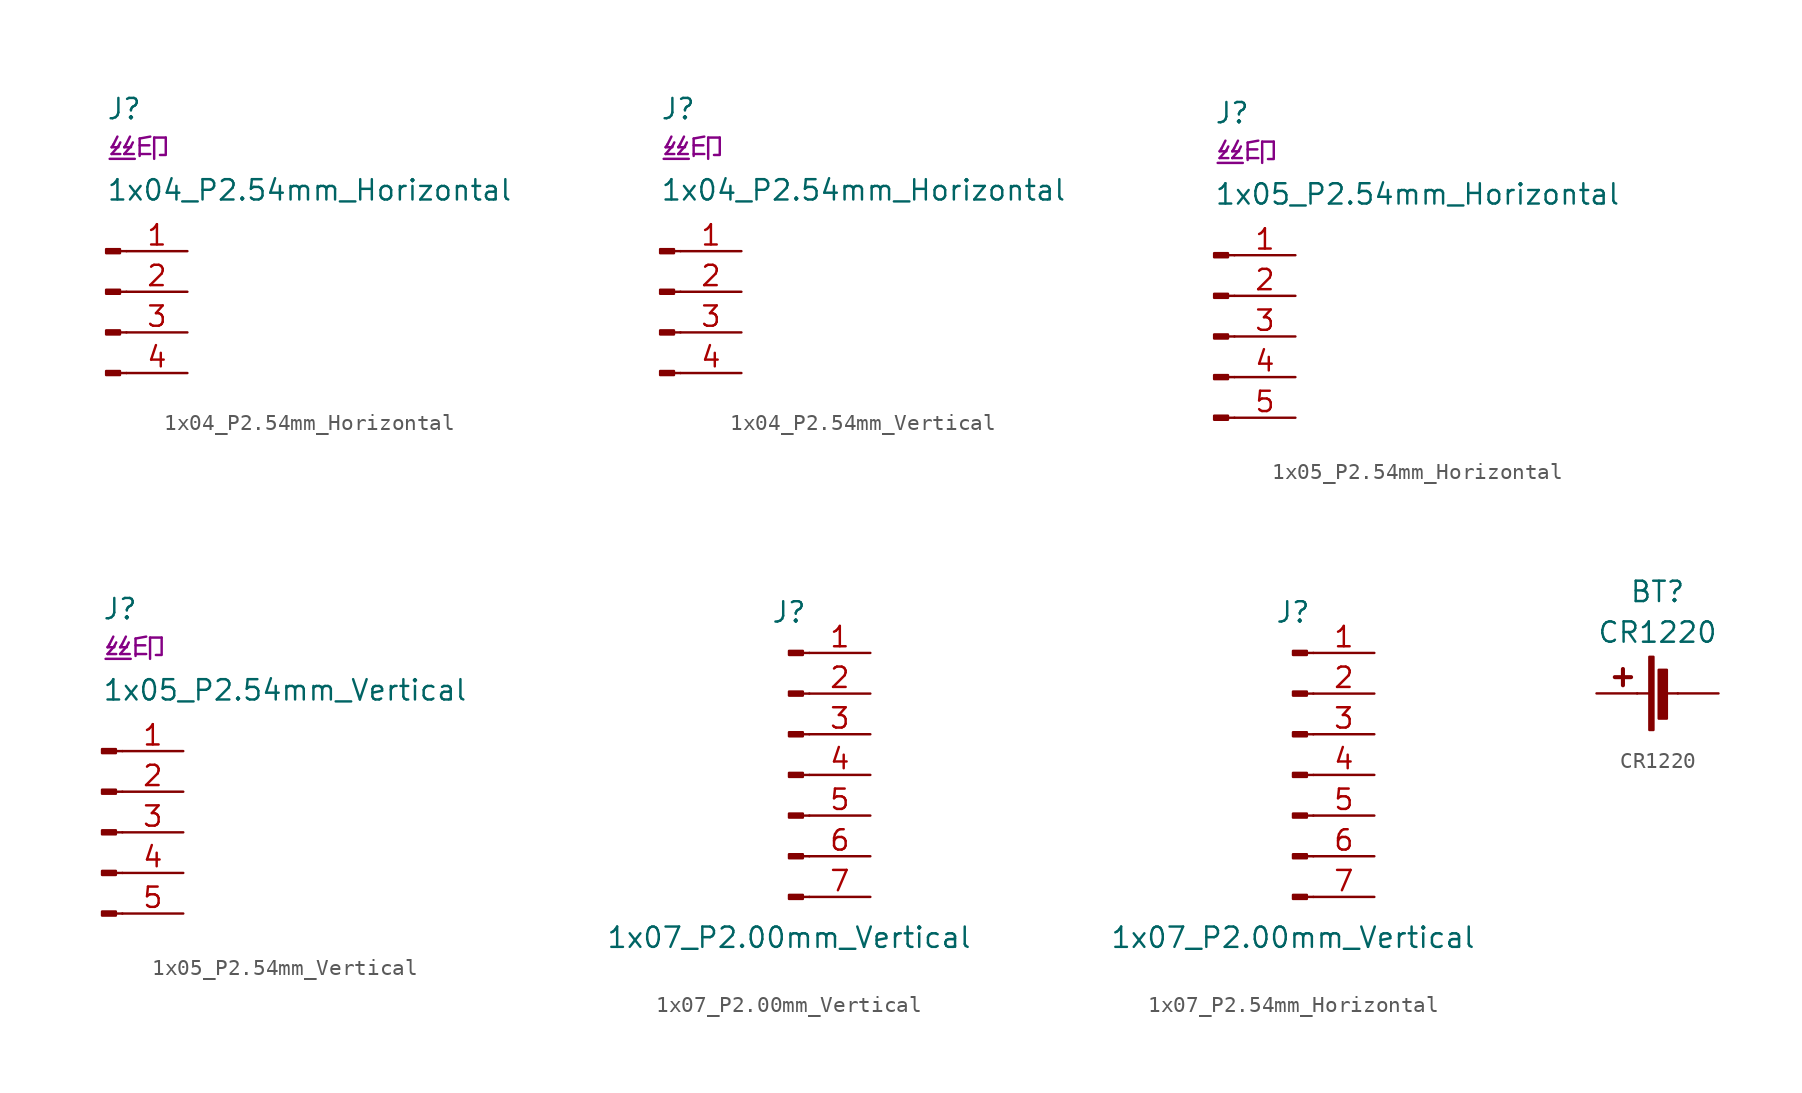
<source format=kicad_sym>
(kicad_symbol_lib
  (version 20220914)
  (generator kicad_symbol_editor)
  (symbol "1x04_P2.54mm_Horizontal"
    (pin_names
      (offset 1.016) hide)
    (property "Reference" "J"
      (at 0 11.43 0)
      (do_not_autoplace)
      (effects (font (size 1.27 1.27)) (justify left)))
    (property "Value" "1x04_P2.54mm_Horizontal"
      (at 0 6.35 0)
      (do_not_autoplace)
      (effects (font (size 1.27 1.27)) (justify left)))
    (property "丝印" "丝印"
      (at 0 8.89 0)
      (do_not_autoplace)
      (effects (font (size 1.27 1.27)) (justify left)))
    (symbol "1x04_P2.54mm_Horizontal_1_1"
      (polyline (pts (xy 1.27 -5.08) (xy 0.864 -5.08)) (stroke (width 0.152) (type default)) (fill (type none)))
      (polyline (pts (xy 1.27 -2.54) (xy 0.864 -2.54)) (stroke (width 0.152) (type default)) (fill (type none)))
      (polyline (pts (xy 1.27 0) (xy 0.864 0)) (stroke (width 0.152) (type default)) (fill (type none)))
      (polyline (pts (xy 1.27 2.54) (xy 0.864 2.54)) (stroke (width 0.152) (type default)) (fill (type none)))
      (rectangle (start 0.864 -4.953) (end 0 -5.207) (stroke (width 0.152) (type default)) (fill (type outline)))
      (rectangle (start 0.864 -2.413) (end 0 -2.667) (stroke (width 0.152) (type default)) (fill (type outline)))
      (rectangle (start 0.864 0.127) (end 0 -0.127) (stroke (width 0.152) (type default)) (fill (type outline)))
      (rectangle (start 0.864 2.667) (end 0 2.413) (stroke (width 0.152) (type default)) (fill (type outline)))
      (pin passive line (at 5.08 2.54 180) (length 3.81) (name "Pin_1" (effects (font (size 1.27 1.27)))) (number "1" (effects (font (size 1.27 1.27)))))
      (pin passive line (at 5.08 0 180) (length 3.81) (name "Pin_2" (effects (font (size 1.27 1.27)))) (number "2" (effects (font (size 1.27 1.27)))))
      (pin passive line (at 5.08 -2.54 180) (length 3.81) (name "Pin_3" (effects (font (size 1.27 1.27)))) (number "3" (effects (font (size 1.27 1.27)))))
      (pin passive line (at 5.08 -5.08 180) (length 3.81) (name "Pin_4" (effects (font (size 1.27 1.27)))) (number "4" (effects (font (size 1.27 1.27)))))))
  (symbol "1x04_P2.54mm_Vertical"
    (pin_names
      (offset 1.016) hide)
    (property "Reference" "J"
      (at 0 11.43 0)
      (do_not_autoplace)
      (effects (font (size 1.27 1.27)) (justify left)))
    (property "Value" "1x04_P2.54mm_Horizontal"
      (at 0 6.35 0)
      (do_not_autoplace)
      (effects (font (size 1.27 1.27)) (justify left)))
    (property "丝印" "丝印"
      (at 0 8.89 0)
      (do_not_autoplace)
      (effects (font (size 1.27 1.27)) (justify left)))
    (symbol "1x04_P2.54mm_Vertical_1_1"
      (polyline (pts (xy 1.27 -5.08) (xy 0.864 -5.08)) (stroke (width 0.152) (type default)) (fill (type none)))
      (polyline (pts (xy 1.27 -2.54) (xy 0.864 -2.54)) (stroke (width 0.152) (type default)) (fill (type none)))
      (polyline (pts (xy 1.27 0) (xy 0.864 0)) (stroke (width 0.152) (type default)) (fill (type none)))
      (polyline (pts (xy 1.27 2.54) (xy 0.864 2.54)) (stroke (width 0.152) (type default)) (fill (type none)))
      (rectangle (start 0.864 -4.953) (end 0 -5.207) (stroke (width 0.152) (type default)) (fill (type outline)))
      (rectangle (start 0.864 -2.413) (end 0 -2.667) (stroke (width 0.152) (type default)) (fill (type outline)))
      (rectangle (start 0.864 0.127) (end 0 -0.127) (stroke (width 0.152) (type default)) (fill (type outline)))
      (rectangle (start 0.864 2.667) (end 0 2.413) (stroke (width 0.152) (type default)) (fill (type outline)))
      (pin passive line (at 5.08 2.54 180) (length 3.81) (name "Pin_1" (effects (font (size 1.27 1.27)))) (number "1" (effects (font (size 1.27 1.27)))))
      (pin passive line (at 5.08 0 180) (length 3.81) (name "Pin_2" (effects (font (size 1.27 1.27)))) (number "2" (effects (font (size 1.27 1.27)))))
      (pin passive line (at 5.08 -2.54 180) (length 3.81) (name "Pin_3" (effects (font (size 1.27 1.27)))) (number "3" (effects (font (size 1.27 1.27)))))
      (pin passive line (at 5.08 -5.08 180) (length 3.81) (name "Pin_4" (effects (font (size 1.27 1.27)))) (number "4" (effects (font (size 1.27 1.27)))))))
  (symbol "1x05_P2.54mm_Horizontal"
    (pin_names
      (offset 1.016) hide)
    (property "Reference" "J"
      (at 0 13.97 0)
      (do_not_autoplace)
      (effects (font (size 1.27 1.27)) (justify left)))
    (property "Value" "1x05_P2.54mm_Horizontal"
      (at 0 8.89 0)
      (do_not_autoplace)
      (effects (font (size 1.27 1.27)) (justify left)))
    (property "丝印" "丝印"
      (at 0 11.43 0)
      (do_not_autoplace)
      (effects (font (size 1.27 1.27)) (justify left)))
    (symbol "1x05_P2.54mm_Horizontal_1_1"
      (polyline (pts (xy 1.27 -5.08) (xy 0.864 -5.08)) (stroke (width 0.152) (type default)) (fill (type none)))
      (polyline (pts (xy 1.27 -2.54) (xy 0.864 -2.54)) (stroke (width 0.152) (type default)) (fill (type none)))
      (polyline (pts (xy 1.27 0) (xy 0.864 0)) (stroke (width 0.152) (type default)) (fill (type none)))
      (polyline (pts (xy 1.27 2.54) (xy 0.864 2.54)) (stroke (width 0.152) (type default)) (fill (type none)))
      (polyline (pts (xy 1.27 5.08) (xy 0.864 5.08)) (stroke (width 0.152) (type default)) (fill (type none)))
      (rectangle (start 0.864 -4.953) (end 0 -5.207) (stroke (width 0.152) (type default)) (fill (type outline)))
      (rectangle (start 0.864 -2.413) (end 0 -2.667) (stroke (width 0.152) (type default)) (fill (type outline)))
      (rectangle (start 0.864 0.127) (end 0 -0.127) (stroke (width 0.152) (type default)) (fill (type outline)))
      (rectangle (start 0.864 2.667) (end 0 2.413) (stroke (width 0.152) (type default)) (fill (type outline)))
      (rectangle (start 0.864 5.207) (end 0 4.953) (stroke (width 0.152) (type default)) (fill (type outline)))
      (pin passive line (at 5.08 5.08 180) (length 3.81) (name "Pin_1" (effects (font (size 1.27 1.27)))) (number "1" (effects (font (size 1.27 1.27)))))
      (pin passive line (at 5.08 2.54 180) (length 3.81) (name "Pin_2" (effects (font (size 1.27 1.27)))) (number "2" (effects (font (size 1.27 1.27)))))
      (pin passive line (at 5.08 0 180) (length 3.81) (name "Pin_3" (effects (font (size 1.27 1.27)))) (number "3" (effects (font (size 1.27 1.27)))))
      (pin passive line (at 5.08 -2.54 180) (length 3.81) (name "Pin_4" (effects (font (size 1.27 1.27)))) (number "4" (effects (font (size 1.27 1.27)))))
      (pin passive line (at 5.08 -5.08 180) (length 3.81) (name "Pin_5" (effects (font (size 1.27 1.27)))) (number "5" (effects (font (size 1.27 1.27)))))))
  (symbol "1x05_P2.54mm_Vertical"
    (pin_names
      (offset 1.016) hide)
    (property "Reference" "J"
      (at 0 13.97 0)
      (do_not_autoplace)
      (effects (font (size 1.27 1.27)) (justify left)))
    (property "Value" "1x05_P2.54mm_Vertical"
      (at 0 8.89 0)
      (do_not_autoplace)
      (effects (font (size 1.27 1.27)) (justify left)))
    (property "丝印" "丝印"
      (at 0 11.43 0)
      (do_not_autoplace)
      (effects (font (size 1.27 1.27)) (justify left)))
    (symbol "1x05_P2.54mm_Vertical_1_1"
      (polyline (pts (xy 1.27 -5.08) (xy 0.864 -5.08)) (stroke (width 0.152) (type default)) (fill (type none)))
      (polyline (pts (xy 1.27 -2.54) (xy 0.864 -2.54)) (stroke (width 0.152) (type default)) (fill (type none)))
      (polyline (pts (xy 1.27 0) (xy 0.864 0)) (stroke (width 0.152) (type default)) (fill (type none)))
      (polyline (pts (xy 1.27 2.54) (xy 0.864 2.54)) (stroke (width 0.152) (type default)) (fill (type none)))
      (polyline (pts (xy 1.27 5.08) (xy 0.864 5.08)) (stroke (width 0.152) (type default)) (fill (type none)))
      (rectangle (start 0.864 -4.953) (end 0 -5.207) (stroke (width 0.152) (type default)) (fill (type outline)))
      (rectangle (start 0.864 -2.413) (end 0 -2.667) (stroke (width 0.152) (type default)) (fill (type outline)))
      (rectangle (start 0.864 0.127) (end 0 -0.127) (stroke (width 0.152) (type default)) (fill (type outline)))
      (rectangle (start 0.864 2.667) (end 0 2.413) (stroke (width 0.152) (type default)) (fill (type outline)))
      (rectangle (start 0.864 5.207) (end 0 4.953) (stroke (width 0.152) (type default)) (fill (type outline)))
      (pin passive line (at 5.08 5.08 180) (length 3.81) (name "Pin_1" (effects (font (size 1.27 1.27)))) (number "1" (effects (font (size 1.27 1.27)))))
      (pin passive line (at 5.08 2.54 180) (length 3.81) (name "Pin_2" (effects (font (size 1.27 1.27)))) (number "2" (effects (font (size 1.27 1.27)))))
      (pin passive line (at 5.08 0 180) (length 3.81) (name "Pin_3" (effects (font (size 1.27 1.27)))) (number "3" (effects (font (size 1.27 1.27)))))
      (pin passive line (at 5.08 -2.54 180) (length 3.81) (name "Pin_4" (effects (font (size 1.27 1.27)))) (number "4" (effects (font (size 1.27 1.27)))))
      (pin passive line (at 5.08 -5.08 180) (length 3.81) (name "Pin_5" (effects (font (size 1.27 1.27)))) (number "5" (effects (font (size 1.27 1.27)))))))
  (symbol "1x07_P2.00mm_Vertical"
    (pin_names
      (offset 1.016) hide)
    (property "Reference" "J"
      (at 0 10.16 0)
      (effects (font (size 1.27 1.27))))
    (property "Value" "1x07_P2.00mm_Vertical"
      (at 0 -10.16 0)
      (effects (font (size 1.27 1.27))))
    (symbol "1x07_P2.00mm_Vertical_1_1"
      (polyline (pts (xy 1.27 -7.62) (xy 0.864 -7.62)) (stroke (width 0.152) (type default)) (fill (type none)))
      (polyline (pts (xy 1.27 -5.08) (xy 0.864 -5.08)) (stroke (width 0.152) (type default)) (fill (type none)))
      (polyline (pts (xy 1.27 -2.54) (xy 0.864 -2.54)) (stroke (width 0.152) (type default)) (fill (type none)))
      (polyline (pts (xy 1.27 0) (xy 0.864 0)) (stroke (width 0.152) (type default)) (fill (type none)))
      (polyline (pts (xy 1.27 2.54) (xy 0.864 2.54)) (stroke (width 0.152) (type default)) (fill (type none)))
      (polyline (pts (xy 1.27 5.08) (xy 0.864 5.08)) (stroke (width 0.152) (type default)) (fill (type none)))
      (polyline (pts (xy 1.27 7.62) (xy 0.864 7.62)) (stroke (width 0.152) (type default)) (fill (type none)))
      (rectangle (start 0.864 -7.493) (end 0 -7.747) (stroke (width 0.152) (type default)) (fill (type outline)))
      (rectangle (start 0.864 -4.953) (end 0 -5.207) (stroke (width 0.152) (type default)) (fill (type outline)))
      (rectangle (start 0.864 -2.413) (end 0 -2.667) (stroke (width 0.152) (type default)) (fill (type outline)))
      (rectangle (start 0.864 0.127) (end 0 -0.127) (stroke (width 0.152) (type default)) (fill (type outline)))
      (rectangle (start 0.864 2.667) (end 0 2.413) (stroke (width 0.152) (type default)) (fill (type outline)))
      (rectangle (start 0.864 5.207) (end 0 4.953) (stroke (width 0.152) (type default)) (fill (type outline)))
      (rectangle (start 0.864 7.747) (end 0 7.493) (stroke (width 0.152) (type default)) (fill (type outline)))
      (pin passive line (at 5.08 7.62 180) (length 3.81) (name "Pin_1" (effects (font (size 1.27 1.27)))) (number "1" (effects (font (size 1.27 1.27)))))
      (pin passive line (at 5.08 5.08 180) (length 3.81) (name "Pin_2" (effects (font (size 1.27 1.27)))) (number "2" (effects (font (size 1.27 1.27)))))
      (pin passive line (at 5.08 2.54 180) (length 3.81) (name "Pin_3" (effects (font (size 1.27 1.27)))) (number "3" (effects (font (size 1.27 1.27)))))
      (pin passive line (at 5.08 0 180) (length 3.81) (name "Pin_4" (effects (font (size 1.27 1.27)))) (number "4" (effects (font (size 1.27 1.27)))))
      (pin passive line (at 5.08 -2.54 180) (length 3.81) (name "Pin_5" (effects (font (size 1.27 1.27)))) (number "5" (effects (font (size 1.27 1.27)))))
      (pin passive line (at 5.08 -5.08 180) (length 3.81) (name "Pin_6" (effects (font (size 1.27 1.27)))) (number "6" (effects (font (size 1.27 1.27)))))
      (pin passive line (at 5.08 -7.62 180) (length 3.81) (name "Pin_7" (effects (font (size 1.27 1.27)))) (number "7" (effects (font (size 1.27 1.27)))))))
  (symbol "1x07_P2.54mm_Horizontal"
    (pin_names
      (offset 1.016) hide)
    (property "Reference" "J"
      (at 0 10.16 0)
      (effects (font (size 1.27 1.27))))
    (property "Value" "1x07_P2.00mm_Vertical"
      (at 0 -10.16 0)
      (effects (font (size 1.27 1.27))))
    (symbol "1x07_P2.54mm_Horizontal_1_1"
      (polyline (pts (xy 1.27 -7.62) (xy 0.864 -7.62)) (stroke (width 0.152) (type default)) (fill (type none)))
      (polyline (pts (xy 1.27 -5.08) (xy 0.864 -5.08)) (stroke (width 0.152) (type default)) (fill (type none)))
      (polyline (pts (xy 1.27 -2.54) (xy 0.864 -2.54)) (stroke (width 0.152) (type default)) (fill (type none)))
      (polyline (pts (xy 1.27 0) (xy 0.864 0)) (stroke (width 0.152) (type default)) (fill (type none)))
      (polyline (pts (xy 1.27 2.54) (xy 0.864 2.54)) (stroke (width 0.152) (type default)) (fill (type none)))
      (polyline (pts (xy 1.27 5.08) (xy 0.864 5.08)) (stroke (width 0.152) (type default)) (fill (type none)))
      (polyline (pts (xy 1.27 7.62) (xy 0.864 7.62)) (stroke (width 0.152) (type default)) (fill (type none)))
      (rectangle (start 0.864 -7.493) (end 0 -7.747) (stroke (width 0.152) (type default)) (fill (type outline)))
      (rectangle (start 0.864 -4.953) (end 0 -5.207) (stroke (width 0.152) (type default)) (fill (type outline)))
      (rectangle (start 0.864 -2.413) (end 0 -2.667) (stroke (width 0.152) (type default)) (fill (type outline)))
      (rectangle (start 0.864 0.127) (end 0 -0.127) (stroke (width 0.152) (type default)) (fill (type outline)))
      (rectangle (start 0.864 2.667) (end 0 2.413) (stroke (width 0.152) (type default)) (fill (type outline)))
      (rectangle (start 0.864 5.207) (end 0 4.953) (stroke (width 0.152) (type default)) (fill (type outline)))
      (rectangle (start 0.864 7.747) (end 0 7.493) (stroke (width 0.152) (type default)) (fill (type outline)))
      (pin passive line (at 5.08 7.62 180) (length 3.81) (name "Pin_1" (effects (font (size 1.27 1.27)))) (number "1" (effects (font (size 1.27 1.27)))))
      (pin passive line (at 5.08 5.08 180) (length 3.81) (name "Pin_2" (effects (font (size 1.27 1.27)))) (number "2" (effects (font (size 1.27 1.27)))))
      (pin passive line (at 5.08 2.54 180) (length 3.81) (name "Pin_3" (effects (font (size 1.27 1.27)))) (number "3" (effects (font (size 1.27 1.27)))))
      (pin passive line (at 5.08 0 180) (length 3.81) (name "Pin_4" (effects (font (size 1.27 1.27)))) (number "4" (effects (font (size 1.27 1.27)))))
      (pin passive line (at 5.08 -2.54 180) (length 3.81) (name "Pin_5" (effects (font (size 1.27 1.27)))) (number "5" (effects (font (size 1.27 1.27)))))
      (pin passive line (at 5.08 -5.08 180) (length 3.81) (name "Pin_6" (effects (font (size 1.27 1.27)))) (number "6" (effects (font (size 1.27 1.27)))))
      (pin passive line (at 5.08 -7.62 180) (length 3.81) (name "Pin_7" (effects (font (size 1.27 1.27)))) (number "7" (effects (font (size 1.27 1.27)))))))
  (symbol "CR1220"
    (pin_numbers hide)
    (pin_names
      (offset 0) hide)
    (property "Reference" "BT"
      (at 0 6.35 0)
      (effects (font (size 1.27 1.27))))
    (property "Value" "CR1220"
      (at 0 3.81 0)
      (effects (font (size 1.27 1.27))))
    (symbol "CR1220_0_1"
      (rectangle (start -0.508 -2.286) (end -0.254 2.286) (stroke (width 0) (type default)) (fill (type outline)))
      (polyline (pts (xy -2.667 1.016) (xy -1.651 1.016)) (stroke (width 0.254) (type default)) (fill (type none)))
      (polyline (pts (xy -2.159 0.508) (xy -2.159 1.524)) (stroke (width 0.254) (type default)) (fill (type none)))
      (polyline (pts (xy -0.508 0) (xy -1.27 0)) (stroke (width 0) (type default)) (fill (type none)))
      (polyline (pts (xy 0.508 0) (xy 1.27 0)) (stroke (width 0) (type default)) (fill (type none)))
      (rectangle (start 0.076 -1.575) (end 0.584 1.473) (stroke (width 0) (type default)) (fill (type outline))))
    (symbol "CR1220_1_1"
      (pin passive line (at -3.81 0 0) (length 2.54) (name "+" (effects (font (size 1.27 1.27)))) (number "1" (effects (font (size 1.27 1.27)))))
      (pin passive line (at 3.81 0 180) (length 2.54) (name "-" (effects (font (size 1.27 1.27)))) (number "2" (effects (font (size 1.27 1.27))))))))
</source>
